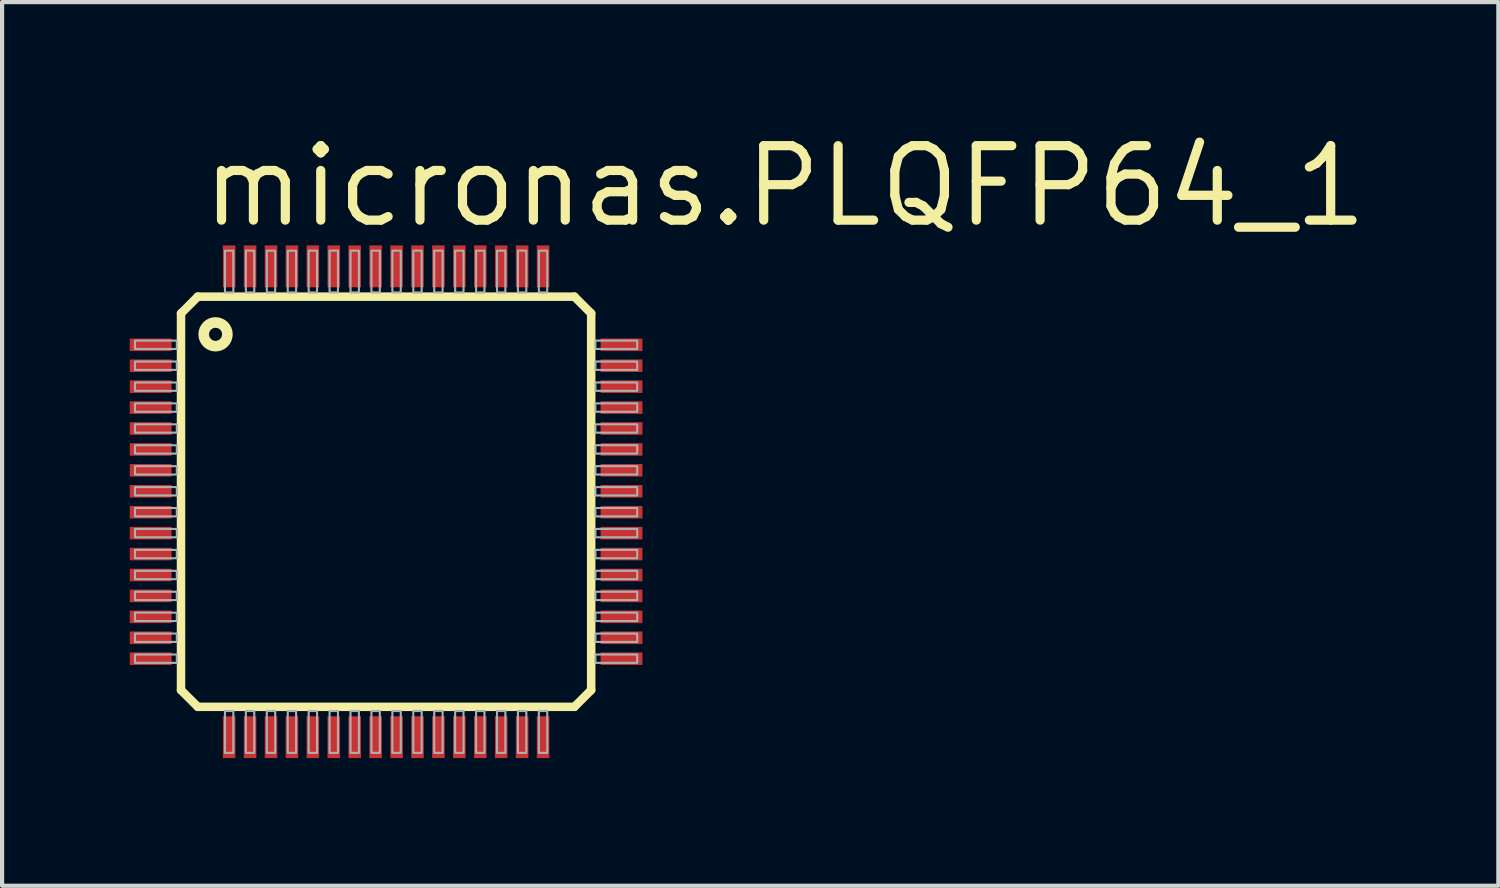
<source format=kicad_pcb>
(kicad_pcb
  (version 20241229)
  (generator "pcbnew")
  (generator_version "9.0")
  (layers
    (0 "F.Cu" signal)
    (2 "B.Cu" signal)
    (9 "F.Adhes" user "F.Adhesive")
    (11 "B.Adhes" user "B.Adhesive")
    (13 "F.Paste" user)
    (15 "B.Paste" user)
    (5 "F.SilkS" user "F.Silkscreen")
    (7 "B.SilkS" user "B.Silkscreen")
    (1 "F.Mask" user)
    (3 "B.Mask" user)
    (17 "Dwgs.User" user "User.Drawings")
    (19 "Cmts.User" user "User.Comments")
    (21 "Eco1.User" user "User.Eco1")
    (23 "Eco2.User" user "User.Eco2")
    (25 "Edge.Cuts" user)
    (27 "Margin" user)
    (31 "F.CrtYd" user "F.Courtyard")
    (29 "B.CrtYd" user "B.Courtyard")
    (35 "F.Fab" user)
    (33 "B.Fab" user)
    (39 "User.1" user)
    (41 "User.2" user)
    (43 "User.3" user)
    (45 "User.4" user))
  (footprint "micronas.PLQFP64_1"
    (layer "F.Cu")
    (at 6.175 8.938)
    (property "Reference" "micronas.PLQFP64_1" (at -4.5 -6.5 0) (layer "F.SilkS") (effects (font (size 1.778 1.778) (thickness 0.22)) (justify left bottom)))
    (attr smd)
    (fp_rect (start -6.15 -3.575) (end -5.1 -3.925) (stroke (width 0.05) (type default)) (fill yes) (layer "F.Mask"))
    (fp_rect (start -6.15 -3.075) (end -5.1 -3.425) (stroke (width 0.05) (type default)) (fill yes) (layer "F.Mask"))
    (fp_rect (start -6.15 -2.575) (end -5.1 -2.925) (stroke (width 0.05) (type default)) (fill yes) (layer "F.Mask"))
    (fp_rect (start -6.15 -2.075) (end -5.1 -2.425) (stroke (width 0.05) (type default)) (fill yes) (layer "F.Mask"))
    (fp_rect (start -6.15 -1.575) (end -5.1 -1.925) (stroke (width 0.05) (type default)) (fill yes) (layer "F.Mask"))
    (fp_rect (start -6.15 -1.075) (end -5.1 -1.425) (stroke (width 0.05) (type default)) (fill yes) (layer "F.Mask"))
    (fp_rect (start -6.15 -0.575) (end -5.1 -0.925) (stroke (width 0.05) (type default)) (fill yes) (layer "F.Mask"))
    (fp_rect (start -6.15 -0.075) (end -5.1 -0.425) (stroke (width 0.05) (type default)) (fill yes) (layer "F.Mask"))
    (fp_rect (start -6.15 0.425) (end -5.1 0.075) (stroke (width 0.05) (type default)) (fill yes) (layer "F.Mask"))
    (fp_rect (start -6.15 0.925) (end -5.1 0.575) (stroke (width 0.05) (type default)) (fill yes) (layer "F.Mask"))
    (fp_rect (start -6.15 1.425) (end -5.1 1.075) (stroke (width 0.05) (type default)) (fill yes) (layer "F.Mask"))
    (fp_rect (start -6.15 1.925) (end -5.1 1.575) (stroke (width 0.05) (type default)) (fill yes) (layer "F.Mask"))
    (fp_rect (start -6.15 2.425) (end -5.1 2.075) (stroke (width 0.05) (type default)) (fill yes) (layer "F.Mask"))
    (fp_rect (start -6.15 2.925) (end -5.1 2.575) (stroke (width 0.05) (type default)) (fill yes) (layer "F.Mask"))
    (fp_rect (start -6.15 3.425) (end -5.1 3.075) (stroke (width 0.05) (type default)) (fill yes) (layer "F.Mask"))
    (fp_rect (start -6.15 3.925) (end -5.1 3.575) (stroke (width 0.05) (type default)) (fill yes) (layer "F.Mask"))
    (fp_rect (start -3.925 -5.1) (end -3.575 -6.15) (stroke (width 0.05) (type default)) (fill yes) (layer "F.Mask"))
    (fp_rect (start -3.925 6.15) (end -3.575 5.1) (stroke (width 0.05) (type default)) (fill yes) (layer "F.Mask"))
    (fp_rect (start -3.425 -5.1) (end -3.075 -6.15) (stroke (width 0.05) (type default)) (fill yes) (layer "F.Mask"))
    (fp_rect (start -3.425 6.15) (end -3.075 5.1) (stroke (width 0.05) (type default)) (fill yes) (layer "F.Mask"))
    (fp_rect (start -2.925 -5.1) (end -2.575 -6.15) (stroke (width 0.05) (type default)) (fill yes) (layer "F.Mask"))
    (fp_rect (start -2.925 6.15) (end -2.575 5.1) (stroke (width 0.05) (type default)) (fill yes) (layer "F.Mask"))
    (fp_rect (start -2.425 -5.1) (end -2.075 -6.15) (stroke (width 0.05) (type default)) (fill yes) (layer "F.Mask"))
    (fp_rect (start -2.425 6.15) (end -2.075 5.1) (stroke (width 0.05) (type default)) (fill yes) (layer "F.Mask"))
    (fp_rect (start -1.925 -5.1) (end -1.575 -6.15) (stroke (width 0.05) (type default)) (fill yes) (layer "F.Mask"))
    (fp_rect (start -1.925 6.15) (end -1.575 5.1) (stroke (width 0.05) (type default)) (fill yes) (layer "F.Mask"))
    (fp_rect (start -1.425 -5.1) (end -1.075 -6.15) (stroke (width 0.05) (type default)) (fill yes) (layer "F.Mask"))
    (fp_rect (start -1.425 6.15) (end -1.075 5.1) (stroke (width 0.05) (type default)) (fill yes) (layer "F.Mask"))
    (fp_rect (start -0.925 -5.1) (end -0.575 -6.15) (stroke (width 0.05) (type default)) (fill yes) (layer "F.Mask"))
    (fp_rect (start -0.925 6.15) (end -0.575 5.1) (stroke (width 0.05) (type default)) (fill yes) (layer "F.Mask"))
    (fp_rect (start -0.425 -5.1) (end -0.075 -6.15) (stroke (width 0.05) (type default)) (fill yes) (layer "F.Mask"))
    (fp_rect (start -0.425 6.15) (end -0.075 5.1) (stroke (width 0.05) (type default)) (fill yes) (layer "F.Mask"))
    (fp_rect (start 0.075 -5.1) (end 0.425 -6.15) (stroke (width 0.05) (type default)) (fill yes) (layer "F.Mask"))
    (fp_rect (start 0.075 6.15) (end 0.425 5.1) (stroke (width 0.05) (type default)) (fill yes) (layer "F.Mask"))
    (fp_rect (start 0.575 -5.1) (end 0.925 -6.15) (stroke (width 0.05) (type default)) (fill yes) (layer "F.Mask"))
    (fp_rect (start 0.575 6.15) (end 0.925 5.1) (stroke (width 0.05) (type default)) (fill yes) (layer "F.Mask"))
    (fp_rect (start 1.075 -5.1) (end 1.425 -6.15) (stroke (width 0.05) (type default)) (fill yes) (layer "F.Mask"))
    (fp_rect (start 1.075 6.15) (end 1.425 5.1) (stroke (width 0.05) (type default)) (fill yes) (layer "F.Mask"))
    (fp_rect (start 1.575 -5.1) (end 1.925 -6.15) (stroke (width 0.05) (type default)) (fill yes) (layer "F.Mask"))
    (fp_rect (start 1.575 6.15) (end 1.925 5.1) (stroke (width 0.05) (type default)) (fill yes) (layer "F.Mask"))
    (fp_rect (start 2.075 -5.1) (end 2.425 -6.15) (stroke (width 0.05) (type default)) (fill yes) (layer "F.Mask"))
    (fp_rect (start 2.075 6.15) (end 2.425 5.1) (stroke (width 0.05) (type default)) (fill yes) (layer "F.Mask"))
    (fp_rect (start 2.575 -5.1) (end 2.925 -6.15) (stroke (width 0.05) (type default)) (fill yes) (layer "F.Mask"))
    (fp_rect (start 2.575 6.15) (end 2.925 5.1) (stroke (width 0.05) (type default)) (fill yes) (layer "F.Mask"))
    (fp_rect (start 3.075 -5.1) (end 3.425 -6.15) (stroke (width 0.05) (type default)) (fill yes) (layer "F.Mask"))
    (fp_rect (start 3.075 6.15) (end 3.425 5.1) (stroke (width 0.05) (type default)) (fill yes) (layer "F.Mask"))
    (fp_rect (start 3.575 -5.1) (end 3.925 -6.15) (stroke (width 0.05) (type default)) (fill yes) (layer "F.Mask"))
    (fp_rect (start 3.575 6.15) (end 3.925 5.1) (stroke (width 0.05) (type default)) (fill yes) (layer "F.Mask"))
    (fp_rect (start 5.1 -3.575) (end 6.15 -3.925) (stroke (width 0.05) (type default)) (fill yes) (layer "F.Mask"))
    (fp_rect (start 5.1 -3.075) (end 6.15 -3.425) (stroke (width 0.05) (type default)) (fill yes) (layer "F.Mask"))
    (fp_rect (start 5.1 -2.575) (end 6.15 -2.925) (stroke (width 0.05) (type default)) (fill yes) (layer "F.Mask"))
    (fp_rect (start 5.1 -2.075) (end 6.15 -2.425) (stroke (width 0.05) (type default)) (fill yes) (layer "F.Mask"))
    (fp_rect (start 5.1 -1.575) (end 6.15 -1.925) (stroke (width 0.05) (type default)) (fill yes) (layer "F.Mask"))
    (fp_rect (start 5.1 -1.075) (end 6.15 -1.425) (stroke (width 0.05) (type default)) (fill yes) (layer "F.Mask"))
    (fp_rect (start 5.1 -0.575) (end 6.15 -0.925) (stroke (width 0.05) (type default)) (fill yes) (layer "F.Mask"))
    (fp_rect (start 5.1 -0.075) (end 6.15 -0.425) (stroke (width 0.05) (type default)) (fill yes) (layer "F.Mask"))
    (fp_rect (start 5.1 0.425) (end 6.15 0.075) (stroke (width 0.05) (type default)) (fill yes) (layer "F.Mask"))
    (fp_rect (start 5.1 0.925) (end 6.15 0.575) (stroke (width 0.05) (type default)) (fill yes) (layer "F.Mask"))
    (fp_rect (start 5.1 1.425) (end 6.15 1.075) (stroke (width 0.05) (type default)) (fill yes) (layer "F.Mask"))
    (fp_rect (start 5.1 1.925) (end 6.15 1.575) (stroke (width 0.05) (type default)) (fill yes) (layer "F.Mask"))
    (fp_rect (start 5.1 2.425) (end 6.15 2.075) (stroke (width 0.05) (type default)) (fill yes) (layer "F.Mask"))
    (fp_rect (start 5.1 2.925) (end 6.15 2.575) (stroke (width 0.05) (type default)) (fill yes) (layer "F.Mask"))
    (fp_rect (start 5.1 3.425) (end 6.15 3.075) (stroke (width 0.05) (type default)) (fill yes) (layer "F.Mask"))
    (fp_rect (start 5.1 3.925) (end 6.15 3.575) (stroke (width 0.05) (type default)) (fill yes) (layer "F.Mask"))
    (fp_line (start -4.9 -4.5) (end -4.5 -4.9) (stroke (width 0.203) (type default)) (layer "F.SilkS"))
    (fp_line (start -4.9 4.5) (end -4.9 -4.5) (stroke (width 0.203) (type default)) (layer "F.SilkS"))
    (fp_line (start -4.5 -4.9) (end 4.5 -4.9) (stroke (width 0.203) (type default)) (layer "F.SilkS"))
    (fp_line (start -4.5 4.9) (end -4.9 4.5) (stroke (width 0.203) (type default)) (layer "F.SilkS"))
    (fp_line (start 4.5 -4.9) (end 4.9 -4.5) (stroke (width 0.203) (type default)) (layer "F.SilkS"))
    (fp_line (start 4.5 4.9) (end -4.5 4.9) (stroke (width 0.203) (type default)) (layer "F.SilkS"))
    (fp_line (start 4.9 -4.5) (end 4.9 4.5) (stroke (width 0.203) (type default)) (layer "F.SilkS"))
    (fp_line (start 4.9 4.5) (end 4.5 4.9) (stroke (width 0.203) (type default)) (layer "F.SilkS"))
    (fp_circle (center -4.075 -4) (end -3.792 -4) (stroke (width 0.254) (type default)) (fill no) (layer "F.SilkS"))
    (fp_rect (start -6 -3.65) (end -5 -3.85) (stroke (width 0.05) (type default)) (fill no) (layer "F.Fab"))
    (fp_rect (start -6 -3.15) (end -5 -3.35) (stroke (width 0.05) (type default)) (fill no) (layer "F.Fab"))
    (fp_rect (start -6 -2.65) (end -5 -2.85) (stroke (width 0.05) (type default)) (fill no) (layer "F.Fab"))
    (fp_rect (start -6 -2.15) (end -5 -2.35) (stroke (width 0.05) (type default)) (fill no) (layer "F.Fab"))
    (fp_rect (start -6 -1.65) (end -5 -1.85) (stroke (width 0.05) (type default)) (fill no) (layer "F.Fab"))
    (fp_rect (start -6 -1.15) (end -5 -1.35) (stroke (width 0.05) (type default)) (fill no) (layer "F.Fab"))
    (fp_rect (start -6 -0.65) (end -5 -0.85) (stroke (width 0.05) (type default)) (fill no) (layer "F.Fab"))
    (fp_rect (start -6 -0.15) (end -5 -0.35) (stroke (width 0.05) (type default)) (fill no) (layer "F.Fab"))
    (fp_rect (start -6 0.35) (end -5 0.15) (stroke (width 0.05) (type default)) (fill no) (layer "F.Fab"))
    (fp_rect (start -6 0.85) (end -5 0.65) (stroke (width 0.05) (type default)) (fill no) (layer "F.Fab"))
    (fp_rect (start -6 1.35) (end -5 1.15) (stroke (width 0.05) (type default)) (fill no) (layer "F.Fab"))
    (fp_rect (start -6 1.85) (end -5 1.65) (stroke (width 0.05) (type default)) (fill no) (layer "F.Fab"))
    (fp_rect (start -6 2.35) (end -5 2.15) (stroke (width 0.05) (type default)) (fill no) (layer "F.Fab"))
    (fp_rect (start -6 2.85) (end -5 2.65) (stroke (width 0.05) (type default)) (fill no) (layer "F.Fab"))
    (fp_rect (start -6 3.35) (end -5 3.15) (stroke (width 0.05) (type default)) (fill no) (layer "F.Fab"))
    (fp_rect (start -6 3.85) (end -5 3.65) (stroke (width 0.05) (type default)) (fill no) (layer "F.Fab"))
    (fp_rect (start -3.85 -5) (end -3.65 -6) (stroke (width 0.05) (type default)) (fill no) (layer "F.Fab"))
    (fp_rect (start -3.85 6) (end -3.65 5) (stroke (width 0.05) (type default)) (fill no) (layer "F.Fab"))
    (fp_rect (start -3.35 -5) (end -3.15 -6) (stroke (width 0.05) (type default)) (fill no) (layer "F.Fab"))
    (fp_rect (start -3.35 6) (end -3.15 5) (stroke (width 0.05) (type default)) (fill no) (layer "F.Fab"))
    (fp_rect (start -2.85 -5) (end -2.65 -6) (stroke (width 0.05) (type default)) (fill no) (layer "F.Fab"))
    (fp_rect (start -2.85 6) (end -2.65 5) (stroke (width 0.05) (type default)) (fill no) (layer "F.Fab"))
    (fp_rect (start -2.35 -5) (end -2.15 -6) (stroke (width 0.05) (type default)) (fill no) (layer "F.Fab"))
    (fp_rect (start -2.35 6) (end -2.15 5) (stroke (width 0.05) (type default)) (fill no) (layer "F.Fab"))
    (fp_rect (start -1.85 -5) (end -1.65 -6) (stroke (width 0.05) (type default)) (fill no) (layer "F.Fab"))
    (fp_rect (start -1.85 6) (end -1.65 5) (stroke (width 0.05) (type default)) (fill no) (layer "F.Fab"))
    (fp_rect (start -1.35 -5) (end -1.15 -6) (stroke (width 0.05) (type default)) (fill no) (layer "F.Fab"))
    (fp_rect (start -1.35 6) (end -1.15 5) (stroke (width 0.05) (type default)) (fill no) (layer "F.Fab"))
    (fp_rect (start -0.85 -5) (end -0.65 -6) (stroke (width 0.05) (type default)) (fill no) (layer "F.Fab"))
    (fp_rect (start -0.85 6) (end -0.65 5) (stroke (width 0.05) (type default)) (fill no) (layer "F.Fab"))
    (fp_rect (start -0.35 -5) (end -0.15 -6) (stroke (width 0.05) (type default)) (fill no) (layer "F.Fab"))
    (fp_rect (start -0.35 6) (end -0.15 5) (stroke (width 0.05) (type default)) (fill no) (layer "F.Fab"))
    (fp_rect (start 0.15 -5) (end 0.35 -6) (stroke (width 0.05) (type default)) (fill no) (layer "F.Fab"))
    (fp_rect (start 0.15 6) (end 0.35 5) (stroke (width 0.05) (type default)) (fill no) (layer "F.Fab"))
    (fp_rect (start 0.65 -5) (end 0.85 -6) (stroke (width 0.05) (type default)) (fill no) (layer "F.Fab"))
    (fp_rect (start 0.65 6) (end 0.85 5) (stroke (width 0.05) (type default)) (fill no) (layer "F.Fab"))
    (fp_rect (start 1.15 -5) (end 1.35 -6) (stroke (width 0.05) (type default)) (fill no) (layer "F.Fab"))
    (fp_rect (start 1.15 6) (end 1.35 5) (stroke (width 0.05) (type default)) (fill no) (layer "F.Fab"))
    (fp_rect (start 1.65 -5) (end 1.85 -6) (stroke (width 0.05) (type default)) (fill no) (layer "F.Fab"))
    (fp_rect (start 1.65 6) (end 1.85 5) (stroke (width 0.05) (type default)) (fill no) (layer "F.Fab"))
    (fp_rect (start 2.15 -5) (end 2.35 -6) (stroke (width 0.05) (type default)) (fill no) (layer "F.Fab"))
    (fp_rect (start 2.15 6) (end 2.35 5) (stroke (width 0.05) (type default)) (fill no) (layer "F.Fab"))
    (fp_rect (start 2.65 -5) (end 2.85 -6) (stroke (width 0.05) (type default)) (fill no) (layer "F.Fab"))
    (fp_rect (start 2.65 6) (end 2.85 5) (stroke (width 0.05) (type default)) (fill no) (layer "F.Fab"))
    (fp_rect (start 3.15 -5) (end 3.35 -6) (stroke (width 0.05) (type default)) (fill no) (layer "F.Fab"))
    (fp_rect (start 3.15 6) (end 3.35 5) (stroke (width 0.05) (type default)) (fill no) (layer "F.Fab"))
    (fp_rect (start 3.65 -5) (end 3.85 -6) (stroke (width 0.05) (type default)) (fill no) (layer "F.Fab"))
    (fp_rect (start 3.65 6) (end 3.85 5) (stroke (width 0.05) (type default)) (fill no) (layer "F.Fab"))
    (fp_rect (start 5 -3.65) (end 6 -3.85) (stroke (width 0.05) (type default)) (fill no) (layer "F.Fab"))
    (fp_rect (start 5 -3.15) (end 6 -3.35) (stroke (width 0.05) (type default)) (fill no) (layer "F.Fab"))
    (fp_rect (start 5 -2.65) (end 6 -2.85) (stroke (width 0.05) (type default)) (fill no) (layer "F.Fab"))
    (fp_rect (start 5 -2.15) (end 6 -2.35) (stroke (width 0.05) (type default)) (fill no) (layer "F.Fab"))
    (fp_rect (start 5 -1.65) (end 6 -1.85) (stroke (width 0.05) (type default)) (fill no) (layer "F.Fab"))
    (fp_rect (start 5 -1.15) (end 6 -1.35) (stroke (width 0.05) (type default)) (fill no) (layer "F.Fab"))
    (fp_rect (start 5 -0.65) (end 6 -0.85) (stroke (width 0.05) (type default)) (fill no) (layer "F.Fab"))
    (fp_rect (start 5 -0.15) (end 6 -0.35) (stroke (width 0.05) (type default)) (fill no) (layer "F.Fab"))
    (fp_rect (start 5 0.35) (end 6 0.15) (stroke (width 0.05) (type default)) (fill no) (layer "F.Fab"))
    (fp_rect (start 5 0.85) (end 6 0.65) (stroke (width 0.05) (type default)) (fill no) (layer "F.Fab"))
    (fp_rect (start 5 1.35) (end 6 1.15) (stroke (width 0.05) (type default)) (fill no) (layer "F.Fab"))
    (fp_rect (start 5 1.85) (end 6 1.65) (stroke (width 0.05) (type default)) (fill no) (layer "F.Fab"))
    (fp_rect (start 5 2.35) (end 6 2.15) (stroke (width 0.05) (type default)) (fill no) (layer "F.Fab"))
    (fp_rect (start 5 2.85) (end 6 2.65) (stroke (width 0.05) (type default)) (fill no) (layer "F.Fab"))
    (fp_rect (start 5 3.35) (end 6 3.15) (stroke (width 0.05) (type default)) (fill no) (layer "F.Fab"))
    (fp_rect (start 5 3.85) (end 6 3.65) (stroke (width 0.05) (type default)) (fill no) (layer "F.Fab"))
    (pad "1" smd roundrect (at -5.625 -3.75) (size 1 0.3) (layers "F.Cu" "F.Mask" "F.Paste") (roundrect_rratio 0.01))
    (pad "2" smd roundrect (at -5.625 -3.25) (size 1 0.3) (layers "F.Cu" "F.Mask" "F.Paste") (roundrect_rratio 0.01))
    (pad "3" smd roundrect (at -5.625 -2.75) (size 1 0.3) (layers "F.Cu" "F.Mask" "F.Paste") (roundrect_rratio 0.01))
    (pad "4" smd roundrect (at -5.625 -2.25) (size 1 0.3) (layers "F.Cu" "F.Mask" "F.Paste") (roundrect_rratio 0.01))
    (pad "5" smd roundrect (at -5.625 -1.75) (size 1 0.3) (layers "F.Cu" "F.Mask" "F.Paste") (roundrect_rratio 0.01))
    (pad "6" smd roundrect (at -5.625 -1.25) (size 1 0.3) (layers "F.Cu" "F.Mask" "F.Paste") (roundrect_rratio 0.01))
    (pad "7" smd roundrect (at -5.625 -0.75) (size 1 0.3) (layers "F.Cu" "F.Mask" "F.Paste") (roundrect_rratio 0.01))
    (pad "8" smd roundrect (at -5.625 -0.25) (size 1 0.3) (layers "F.Cu" "F.Mask" "F.Paste") (roundrect_rratio 0.01))
    (pad "9" smd roundrect (at -5.625 0.25) (size 1 0.3) (layers "F.Cu" "F.Mask" "F.Paste") (roundrect_rratio 0.01))
    (pad "10" smd roundrect (at -5.625 0.75) (size 1 0.3) (layers "F.Cu" "F.Mask" "F.Paste") (roundrect_rratio 0.01))
    (pad "11" smd roundrect (at -5.625 1.25) (size 1 0.3) (layers "F.Cu" "F.Mask" "F.Paste") (roundrect_rratio 0.01))
    (pad "12" smd roundrect (at -5.625 1.75) (size 1 0.3) (layers "F.Cu" "F.Mask" "F.Paste") (roundrect_rratio 0.01))
    (pad "13" smd roundrect (at -5.625 2.25) (size 1 0.3) (layers "F.Cu" "F.Mask" "F.Paste") (roundrect_rratio 0.01))
    (pad "14" smd roundrect (at -5.625 2.75) (size 1 0.3) (layers "F.Cu" "F.Mask" "F.Paste") (roundrect_rratio 0.01))
    (pad "15" smd roundrect (at -5.625 3.25) (size 1 0.3) (layers "F.Cu" "F.Mask" "F.Paste") (roundrect_rratio 0.01))
    (pad "16" smd roundrect (at -5.625 3.75) (size 1 0.3) (layers "F.Cu" "F.Mask" "F.Paste") (roundrect_rratio 0.01))
    (pad "17" smd roundrect (at -3.75 5.625 90) (size 1 0.3) (layers "F.Cu" "F.Mask" "F.Paste") (roundrect_rratio 0.01))
    (pad "18" smd roundrect (at -3.25 5.625 90) (size 1 0.3) (layers "F.Cu" "F.Mask" "F.Paste") (roundrect_rratio 0.01))
    (pad "19" smd roundrect (at -2.75 5.625 90) (size 1 0.3) (layers "F.Cu" "F.Mask" "F.Paste") (roundrect_rratio 0.01))
    (pad "20" smd roundrect (at -2.25 5.625 90) (size 1 0.3) (layers "F.Cu" "F.Mask" "F.Paste") (roundrect_rratio 0.01))
    (pad "21" smd roundrect (at -1.75 5.625 90) (size 1 0.3) (layers "F.Cu" "F.Mask" "F.Paste") (roundrect_rratio 0.01))
    (pad "22" smd roundrect (at -1.25 5.625 90) (size 1 0.3) (layers "F.Cu" "F.Mask" "F.Paste") (roundrect_rratio 0.01))
    (pad "23" smd roundrect (at -0.75 5.625 90) (size 1 0.3) (layers "F.Cu" "F.Mask" "F.Paste") (roundrect_rratio 0.01))
    (pad "24" smd roundrect (at -0.25 5.625 90) (size 1 0.3) (layers "F.Cu" "F.Mask" "F.Paste") (roundrect_rratio 0.01))
    (pad "25" smd roundrect (at 0.25 5.625 90) (size 1 0.3) (layers "F.Cu" "F.Mask" "F.Paste") (roundrect_rratio 0.01))
    (pad "26" smd roundrect (at 0.75 5.625 90) (size 1 0.3) (layers "F.Cu" "F.Mask" "F.Paste") (roundrect_rratio 0.01))
    (pad "27" smd roundrect (at 1.25 5.625 90) (size 1 0.3) (layers "F.Cu" "F.Mask" "F.Paste") (roundrect_rratio 0.01))
    (pad "28" smd roundrect (at 1.75 5.625 90) (size 1 0.3) (layers "F.Cu" "F.Mask" "F.Paste") (roundrect_rratio 0.01))
    (pad "29" smd roundrect (at 2.25 5.625 90) (size 1 0.3) (layers "F.Cu" "F.Mask" "F.Paste") (roundrect_rratio 0.01))
    (pad "30" smd roundrect (at 2.75 5.625 90) (size 1 0.3) (layers "F.Cu" "F.Mask" "F.Paste") (roundrect_rratio 0.01))
    (pad "31" smd roundrect (at 3.25 5.625 90) (size 1 0.3) (layers "F.Cu" "F.Mask" "F.Paste") (roundrect_rratio 0.01))
    (pad "32" smd roundrect (at 3.75 5.625 90) (size 1 0.3) (layers "F.Cu" "F.Mask" "F.Paste") (roundrect_rratio 0.01))
    (pad "33" smd roundrect (at 5.625 3.75 180) (size 1 0.3) (layers "F.Cu" "F.Mask" "F.Paste") (roundrect_rratio 0.01))
    (pad "34" smd roundrect (at 5.625 3.25 180) (size 1 0.3) (layers "F.Cu" "F.Mask" "F.Paste") (roundrect_rratio 0.01))
    (pad "35" smd roundrect (at 5.625 2.75 180) (size 1 0.3) (layers "F.Cu" "F.Mask" "F.Paste") (roundrect_rratio 0.01))
    (pad "36" smd roundrect (at 5.625 2.25 180) (size 1 0.3) (layers "F.Cu" "F.Mask" "F.Paste") (roundrect_rratio 0.01))
    (pad "37" smd roundrect (at 5.625 1.75 180) (size 1 0.3) (layers "F.Cu" "F.Mask" "F.Paste") (roundrect_rratio 0.01))
    (pad "38" smd roundrect (at 5.625 1.25 180) (size 1 0.3) (layers "F.Cu" "F.Mask" "F.Paste") (roundrect_rratio 0.01))
    (pad "39" smd roundrect (at 5.625 0.75 180) (size 1 0.3) (layers "F.Cu" "F.Mask" "F.Paste") (roundrect_rratio 0.01))
    (pad "40" smd roundrect (at 5.625 0.25 180) (size 1 0.3) (layers "F.Cu" "F.Mask" "F.Paste") (roundrect_rratio 0.01))
    (pad "41" smd roundrect (at 5.625 -0.25 180) (size 1 0.3) (layers "F.Cu" "F.Mask" "F.Paste") (roundrect_rratio 0.01))
    (pad "42" smd roundrect (at 5.625 -0.75 180) (size 1 0.3) (layers "F.Cu" "F.Mask" "F.Paste") (roundrect_rratio 0.01))
    (pad "43" smd roundrect (at 5.625 -1.25 180) (size 1 0.3) (layers "F.Cu" "F.Mask" "F.Paste") (roundrect_rratio 0.01))
    (pad "44" smd roundrect (at 5.625 -1.75 180) (size 1 0.3) (layers "F.Cu" "F.Mask" "F.Paste") (roundrect_rratio 0.01))
    (pad "45" smd roundrect (at 5.625 -2.25 180) (size 1 0.3) (layers "F.Cu" "F.Mask" "F.Paste") (roundrect_rratio 0.01))
    (pad "46" smd roundrect (at 5.625 -2.75 180) (size 1 0.3) (layers "F.Cu" "F.Mask" "F.Paste") (roundrect_rratio 0.01))
    (pad "47" smd roundrect (at 5.625 -3.25 180) (size 1 0.3) (layers "F.Cu" "F.Mask" "F.Paste") (roundrect_rratio 0.01))
    (pad "48" smd roundrect (at 5.625 -3.75 180) (size 1 0.3) (layers "F.Cu" "F.Mask" "F.Paste") (roundrect_rratio 0.01))
    (pad "49" smd roundrect (at 3.75 -5.625 270) (size 1 0.3) (layers "F.Cu" "F.Mask" "F.Paste") (roundrect_rratio 0.01))
    (pad "50" smd roundrect (at 3.25 -5.625 270) (size 1 0.3) (layers "F.Cu" "F.Mask" "F.Paste") (roundrect_rratio 0.01))
    (pad "51" smd roundrect (at 2.75 -5.625 270) (size 1 0.3) (layers "F.Cu" "F.Mask" "F.Paste") (roundrect_rratio 0.01))
    (pad "52" smd roundrect (at 2.25 -5.625 270) (size 1 0.3) (layers "F.Cu" "F.Mask" "F.Paste") (roundrect_rratio 0.01))
    (pad "53" smd roundrect (at 1.75 -5.625 270) (size 1 0.3) (layers "F.Cu" "F.Mask" "F.Paste") (roundrect_rratio 0.01))
    (pad "54" smd roundrect (at 1.25 -5.625 270) (size 1 0.3) (layers "F.Cu" "F.Mask" "F.Paste") (roundrect_rratio 0.01))
    (pad "55" smd roundrect (at 0.75 -5.625 270) (size 1 0.3) (layers "F.Cu" "F.Mask" "F.Paste") (roundrect_rratio 0.01))
    (pad "56" smd roundrect (at 0.25 -5.625 270) (size 1 0.3) (layers "F.Cu" "F.Mask" "F.Paste") (roundrect_rratio 0.01))
    (pad "57" smd roundrect (at -0.25 -5.625 270) (size 1 0.3) (layers "F.Cu" "F.Mask" "F.Paste") (roundrect_rratio 0.01))
    (pad "58" smd roundrect (at -0.75 -5.625 270) (size 1 0.3) (layers "F.Cu" "F.Mask" "F.Paste") (roundrect_rratio 0.01))
    (pad "59" smd roundrect (at -1.25 -5.625 270) (size 1 0.3) (layers "F.Cu" "F.Mask" "F.Paste") (roundrect_rratio 0.01))
    (pad "60" smd roundrect (at -1.75 -5.625 270) (size 1 0.3) (layers "F.Cu" "F.Mask" "F.Paste") (roundrect_rratio 0.01))
    (pad "61" smd roundrect (at -2.25 -5.625 270) (size 1 0.3) (layers "F.Cu" "F.Mask" "F.Paste") (roundrect_rratio 0.01))
    (pad "62" smd roundrect (at -2.75 -5.625 270) (size 1 0.3) (layers "F.Cu" "F.Mask" "F.Paste") (roundrect_rratio 0.01))
    (pad "63" smd roundrect (at -3.25 -5.625 270) (size 1 0.3) (layers "F.Cu" "F.Mask" "F.Paste") (roundrect_rratio 0.01))
    (pad "64" smd roundrect (at -3.75 -5.625 270) (size 1 0.3) (layers "F.Cu" "F.Mask" "F.Paste") (roundrect_rratio 0.01)))
  (gr_rect
    (start -3 -3)
    (end 32.75 18.113)
    (stroke (width 0.1) (type default))
    (fill no)
    (layer "Edge.Cuts")))
</source>
